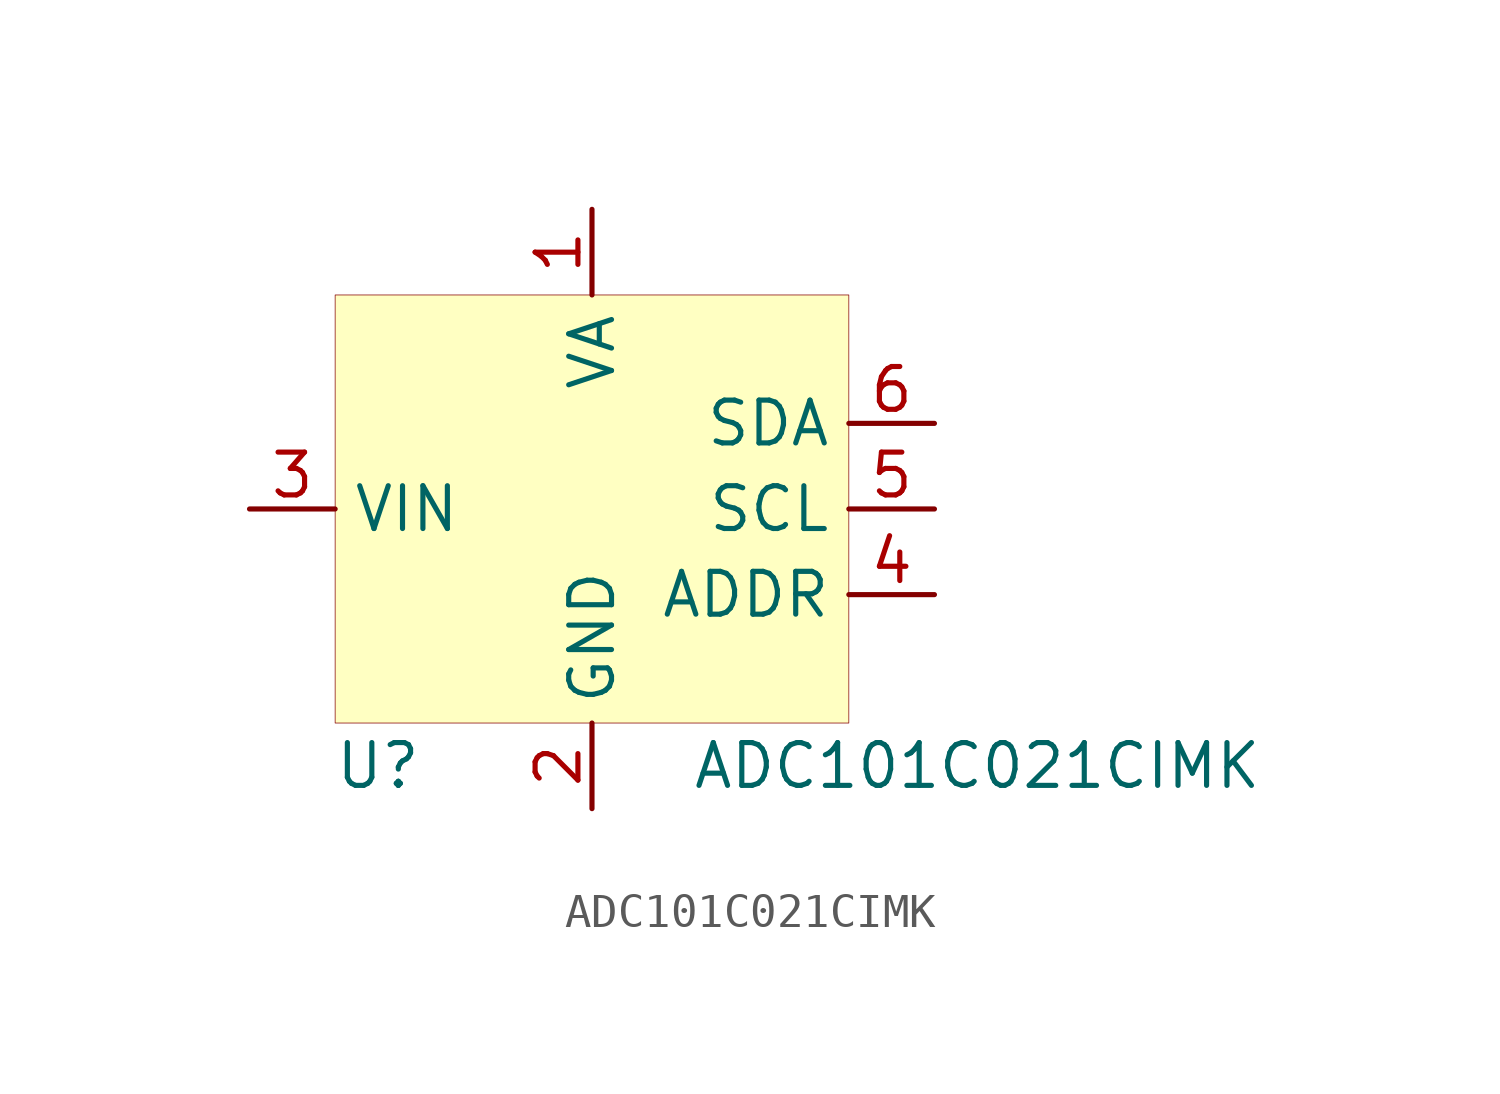
<source format=kicad_sym>
(kicad_symbol_lib
  (version 20201005)
  (generator kicad_symbol_editor)
  (symbol "MadPresso:ADC101C021CIMK"
    (property "Reference" "U"
      (at -6.35 -7.62 0)
      (effects (font (size 1.27 1.27))))
    (property "Value" "ADC101C021CIMK"
      (at 11.43 -7.62 0)
      (effects (font (size 1.27 1.27))))
    (symbol "ADC101C021CIMK_0_1"
      (rectangle (start -7.62 6.35) (end 7.62 -6.35) (stroke (width 0.001)) (fill (type background))))
    (symbol "ADC101C021CIMK_1_1"
      (pin power_in line (at 0 8.89 270) (length 2.54) (name "VA" (effects (font (size 1.27 1.27)))) (number "1" (effects (font (size 1.27 1.27)))))
      (pin power_in line (at 0 -8.89 90) (length 2.54) (name "GND" (effects (font (size 1.27 1.27)))) (number "2" (effects (font (size 1.27 1.27)))))
      (pin input line (at -10.16 0 0) (length 2.54) (name "VIN" (effects (font (size 1.27 1.27)))) (number "3" (effects (font (size 1.27 1.27)))))
      (pin input line (at 10.16 -2.54 180) (length 2.54) (name "ADDR" (effects (font (size 1.27 1.27)))) (number "4" (effects (font (size 1.27 1.27)))))
      (pin bidirectional line (at 10.16 0 180) (length 2.54) (name "SCL" (effects (font (size 1.27 1.27)))) (number "5" (effects (font (size 1.27 1.27)))))
      (pin bidirectional line (at 10.16 2.54 180) (length 2.54) (name "SDA" (effects (font (size 1.27 1.27)))) (number "6" (effects (font (size 1.27 1.27))))))))
</source>
